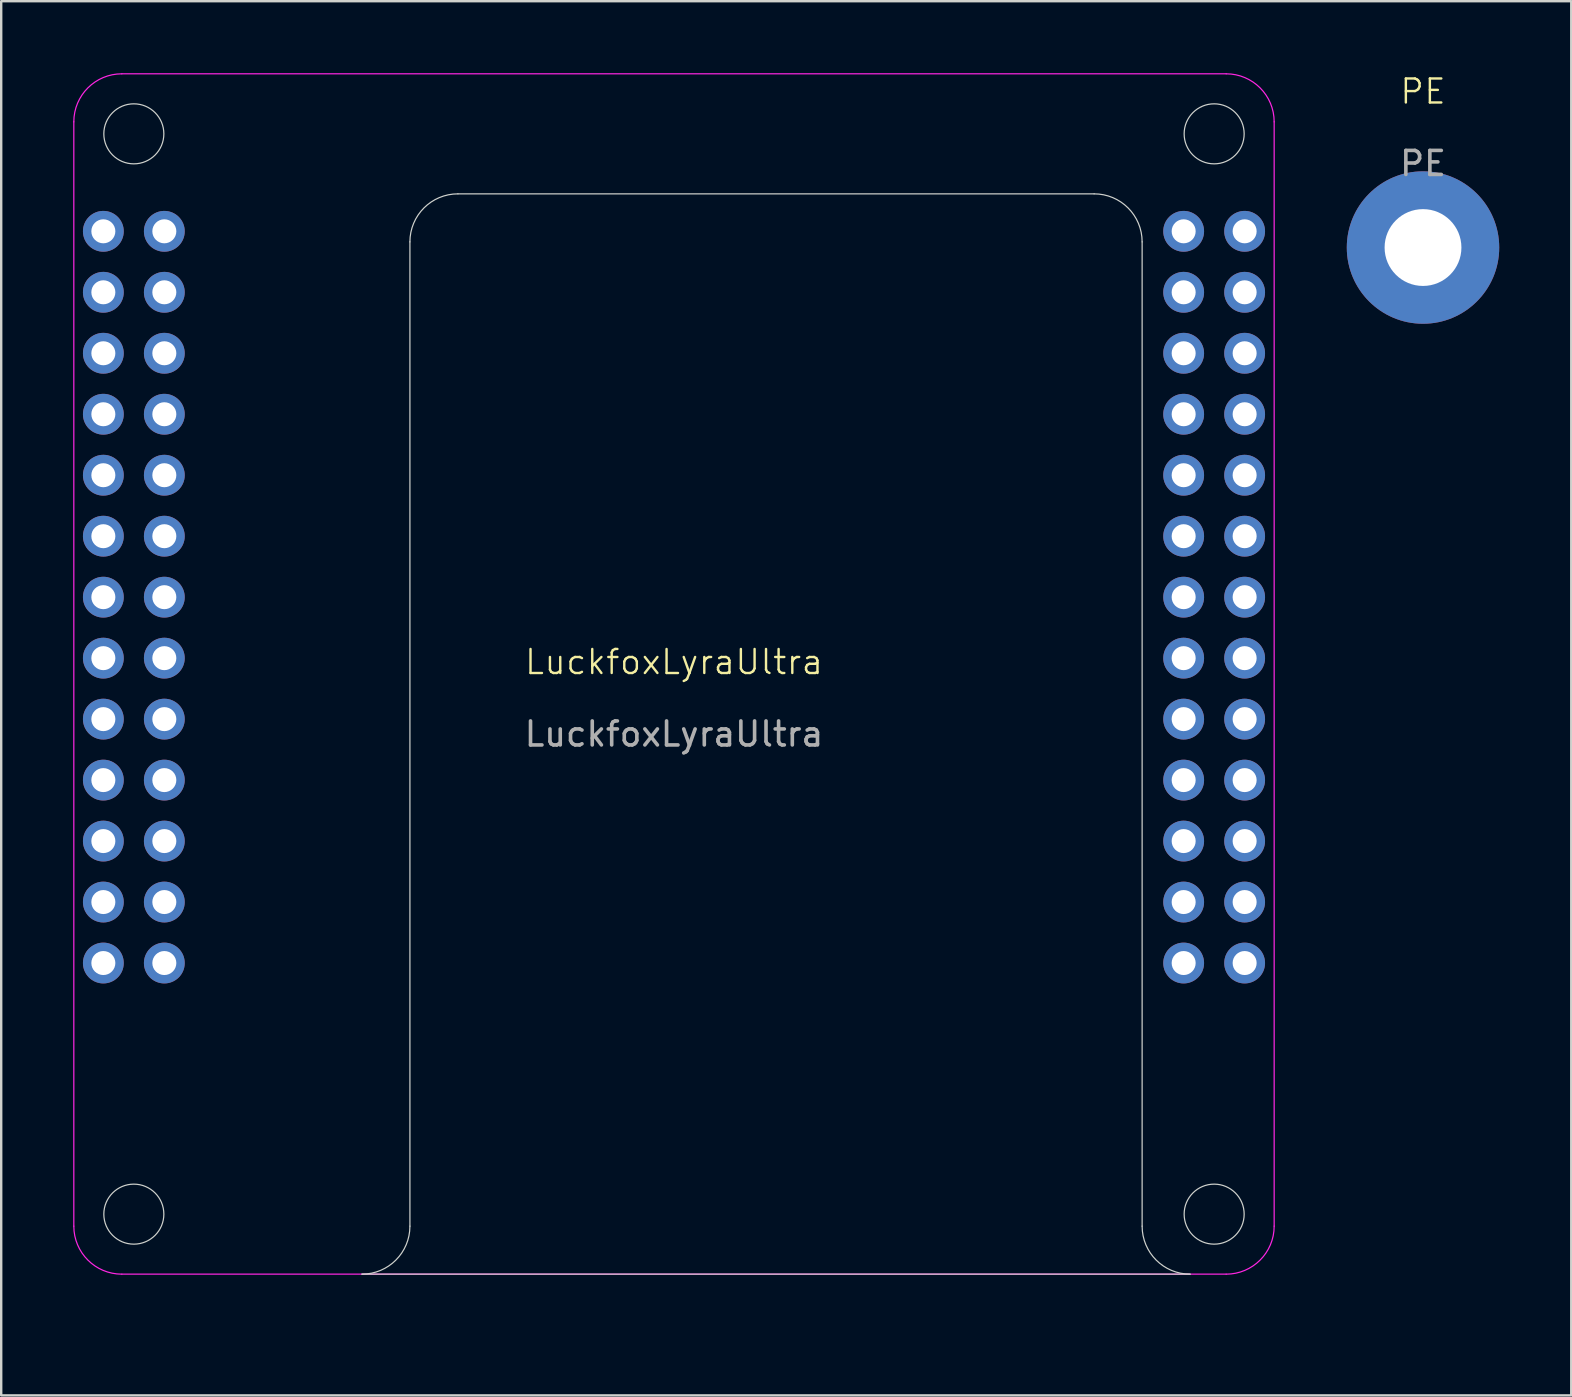
<source format=kicad_pcb>
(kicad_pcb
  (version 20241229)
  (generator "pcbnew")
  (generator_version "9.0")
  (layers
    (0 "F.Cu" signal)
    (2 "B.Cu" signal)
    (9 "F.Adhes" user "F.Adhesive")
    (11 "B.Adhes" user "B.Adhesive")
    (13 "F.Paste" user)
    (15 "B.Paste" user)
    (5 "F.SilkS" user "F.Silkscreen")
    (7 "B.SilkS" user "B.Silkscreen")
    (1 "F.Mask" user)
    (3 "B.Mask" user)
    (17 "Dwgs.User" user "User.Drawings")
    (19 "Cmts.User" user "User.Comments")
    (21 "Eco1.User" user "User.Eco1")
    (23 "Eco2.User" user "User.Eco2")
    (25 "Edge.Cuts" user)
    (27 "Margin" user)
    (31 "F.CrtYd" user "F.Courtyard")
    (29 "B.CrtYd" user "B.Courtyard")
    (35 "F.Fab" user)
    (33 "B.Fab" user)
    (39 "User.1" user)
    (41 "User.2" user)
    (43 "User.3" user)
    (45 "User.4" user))
  (footprint "PE"
    (layer "F.Cu")
    (at 56.225 7.261)
    (property "Reference" "PE" (at 0 -6.5 0) (unlocked yes) (layer "F.SilkS") (effects (font (size 1 1) (thickness 0.1))))
    (attr smd)
    (fp_text user "${REFERENCE}" (at 0 -3.5 0) (unlocked yes) (layer "F.Fab") (effects (font (size 1 1) (thickness 0.15))))
    (pad "1" thru_hole oval (at 0 0) (size 6.35 6.35) (drill 3.2) (layers "*.Cu" "*.Mask")))
  (footprint "LuckfoxLyraUltra"
    (layer "F.Cu")
    (at 25.025 50.025)
    (property "Reference" "LuckfoxLyraUltra" (at 0 -25.5 0) (unlocked yes) (layer "F.SilkS") (effects (font (size 1 1) (thickness 0.1))))
    (attr smd)
    (fp_line (start -11 -43) (end -11 -2) (stroke (width 0.05) (type default)) (layer "Edge.Cuts"))
    (fp_line (start 17.5 -45) (end -9 -45) (stroke (width 0.05) (type default)) (layer "Edge.Cuts"))
    (fp_line (start 19.5 -2) (end 19.5 -43) (stroke (width 0.05) (type default)) (layer "Edge.Cuts"))
    (fp_line (start 21.5 0) (end -13 0) (stroke (width 0.05) (type default)) (layer "Edge.Cuts"))
    (fp_arc (start -11 -43) (mid -10.414214 -44.414214) (end -9 -45) (stroke (width 0.05) (type default)) (layer "Edge.Cuts"))
    (fp_arc (start -11 -2) (mid -11.585786 -0.585786) (end -13 0) (stroke (width 0.05) (type default)) (layer "Edge.Cuts"))
    (fp_arc (start 17.5 -45) (mid 18.914214 -44.414214) (end 19.5 -43) (stroke (width 0.05) (type default)) (layer "Edge.Cuts"))
    (fp_arc (start 21.5 0) (mid 20.085786 -0.585786) (end 19.5 -2) (stroke (width 0.05) (type default)) (layer "Edge.Cuts"))
    (fp_circle (center -22.5 -47.5) (end -21.25 -47.5) (stroke (width 0.05) (type default)) (fill no) (layer "Edge.Cuts"))
    (fp_circle (center -22.5 -2.5) (end -21.25 -2.5) (stroke (width 0.05) (type default)) (fill no) (layer "Edge.Cuts"))
    (fp_circle (center 22.5 -47.5) (end 23.75 -47.5) (stroke (width 0.05) (type default)) (fill no) (layer "Edge.Cuts"))
    (fp_circle (center 22.5 -2.5) (end 23.75 -2.5) (stroke (width 0.05) (type default)) (fill no) (layer "Edge.Cuts"))
    (fp_line (start -25 -2) (end -25 -48) (stroke (width 0.05) (type solid)) (layer "F.CrtYd"))
    (fp_line (start -23 -50) (end 23 -50) (stroke (width 0.05) (type solid)) (layer "F.CrtYd"))
    (fp_line (start 23 0) (end -23 0) (stroke (width 0.05) (type solid)) (layer "F.CrtYd"))
    (fp_line (start 25 -48) (end 25 -2) (stroke (width 0.05) (type solid)) (layer "F.CrtYd"))
    (fp_arc (start -25 -48) (mid -24.414214 -49.414214) (end -23 -50) (stroke (width 0.05) (type default)) (layer "F.CrtYd"))
    (fp_arc (start -23 0) (mid -24.414214 -0.585786) (end -25 -2) (stroke (width 0.05) (type default)) (layer "F.CrtYd"))
    (fp_arc (start 23 -50) (mid 24.414214 -49.414214) (end 25 -48) (stroke (width 0.05) (type default)) (layer "F.CrtYd"))
    (fp_arc (start 25 -2) (mid 24.414214 -0.585786) (end 23 0) (stroke (width 0.05) (type default)) (layer "F.CrtYd"))
    (fp_line (start -2 0) (end 2 0) (stroke (width 0.1) (type default)) (layer "User.1"))
    (fp_line (start 0 -2) (end 0 2) (stroke (width 0.1) (type default)) (layer "User.1"))
    (fp_text user "${REFERENCE}" (at 0 -22.5 0) (unlocked yes) (layer "F.Fab") (effects (font (size 1 1) (thickness 0.15))))
    (pad "00" thru_hole circle (at 23.77 -43.44) (size 1.7 1.7) (drill 1) (layers "*.Cu" "*.Mask"))
    (pad "0A" thru_hole circle (at 23.77 -18.04) (size 1.7 1.7) (drill 1) (layers "*.Cu" "*.Mask"))
    (pad "0B" thru_hole circle (at 23.77 -15.5) (size 1.7 1.7) (drill 1) (layers "*.Cu" "*.Mask"))
    (pad "0C" thru_hole circle (at 23.77 -12.96) (size 1.7 1.7) (drill 1) (layers "*.Cu" "*.Mask"))
    (pad "01" thru_hole circle (at 23.77 -40.9) (size 1.7 1.7) (drill 1) (layers "*.Cu" "*.Mask"))
    (pad "1A" thru_hole circle (at 21.23 -18.04) (size 1.7 1.7) (drill 1) (layers "*.Cu" "*.Mask"))
    (pad "1B" thru_hole circle (at 21.23 -15.5) (size 1.7 1.7) (drill 1) (layers "*.Cu" "*.Mask"))
    (pad "1C" thru_hole circle (at 21.23 -12.96) (size 1.7 1.7) (drill 1) (layers "*.Cu" "*.Mask"))
    (pad "02" thru_hole circle (at 23.77 -38.36) (size 1.7 1.7) (drill 1) (layers "*.Cu" "*.Mask"))
    (pad "2A" thru_hole circle (at -21.23 -18.04) (size 1.7 1.7) (drill 1) (layers "*.Cu" "*.Mask"))
    (pad "2B" thru_hole circle (at -21.23 -15.5) (size 1.7 1.7) (drill 1) (layers "*.Cu" "*.Mask"))
    (pad "2C" thru_hole circle (at -21.23 -12.96) (size 1.7 1.7) (drill 1) (layers "*.Cu" "*.Mask"))
    (pad "03" thru_hole circle (at 23.77 -35.82) (size 1.7 1.7) (drill 1) (layers "*.Cu" "*.Mask"))
    (pad "3A" thru_hole circle (at -23.77 -18.04) (size 1.7 1.7) (drill 1) (layers "*.Cu" "*.Mask"))
    (pad "3B" thru_hole circle (at -23.77 -15.5) (size 1.7 1.7) (drill 1) (layers "*.Cu" "*.Mask"))
    (pad "3C" thru_hole circle (at -23.77 -12.96) (size 1.7 1.7) (drill 1) (layers "*.Cu" "*.Mask"))
    (pad "04" thru_hole circle (at 23.77 -33.28) (size 1.7 1.7) (drill 1) (layers "*.Cu" "*.Mask"))
    (pad "05" thru_hole circle (at 23.77 -30.74) (size 1.7 1.7) (drill 1) (layers "*.Cu" "*.Mask"))
    (pad "06" thru_hole circle (at 23.77 -28.2) (size 1.7 1.7) (drill 1) (layers "*.Cu" "*.Mask"))
    (pad "07" thru_hole circle (at 23.77 -25.66) (size 1.7 1.7) (drill 1) (layers "*.Cu" "*.Mask"))
    (pad "08" thru_hole circle (at 23.77 -23.12) (size 1.7 1.7) (drill 1) (layers "*.Cu" "*.Mask"))
    (pad "09" thru_hole circle (at 23.77 -20.58) (size 1.7 1.7) (drill 1) (layers "*.Cu" "*.Mask"))
    (pad "10" thru_hole circle (at 21.23 -43.44) (size 1.7 1.7) (drill 1) (layers "*.Cu" "*.Mask"))
    (pad "11" thru_hole circle (at 21.23 -40.9) (size 1.7 1.7) (drill 1) (layers "*.Cu" "*.Mask"))
    (pad "12" thru_hole circle (at 21.23 -38.36) (size 1.7 1.7) (drill 1) (layers "*.Cu" "*.Mask"))
    (pad "13" thru_hole circle (at 21.23 -35.82) (size 1.7 1.7) (drill 1) (layers "*.Cu" "*.Mask"))
    (pad "14" thru_hole circle (at 21.23 -33.28) (size 1.7 1.7) (drill 1) (layers "*.Cu" "*.Mask"))
    (pad "15" thru_hole circle (at 21.23 -30.74) (size 1.7 1.7) (drill 1) (layers "*.Cu" "*.Mask"))
    (pad "16" thru_hole circle (at 21.23 -28.2) (size 1.7 1.7) (drill 1) (layers "*.Cu" "*.Mask"))
    (pad "17" thru_hole circle (at 21.23 -25.66) (size 1.7 1.7) (drill 1) (layers "*.Cu" "*.Mask"))
    (pad "18" thru_hole circle (at 21.23 -23.12) (size 1.7 1.7) (drill 1) (layers "*.Cu" "*.Mask"))
    (pad "19" thru_hole circle (at 21.23 -20.58) (size 1.7 1.7) (drill 1) (layers "*.Cu" "*.Mask"))
    (pad "20" thru_hole circle (at -21.23 -43.44) (size 1.7 1.7) (drill 1) (layers "*.Cu" "*.Mask"))
    (pad "21" thru_hole circle (at -21.23 -40.9) (size 1.7 1.7) (drill 1) (layers "*.Cu" "*.Mask"))
    (pad "22" thru_hole circle (at -21.23 -38.36) (size 1.7 1.7) (drill 1) (layers "*.Cu" "*.Mask"))
    (pad "23" thru_hole circle (at -21.23 -35.82) (size 1.7 1.7) (drill 1) (layers "*.Cu" "*.Mask"))
    (pad "24" thru_hole circle (at -21.23 -33.28) (size 1.7 1.7) (drill 1) (layers "*.Cu" "*.Mask"))
    (pad "25" thru_hole circle (at -21.23 -30.74) (size 1.7 1.7) (drill 1) (layers "*.Cu" "*.Mask"))
    (pad "26" thru_hole circle (at -21.23 -28.2) (size 1.7 1.7) (drill 1) (layers "*.Cu" "*.Mask"))
    (pad "27" thru_hole circle (at -21.23 -25.66) (size 1.7 1.7) (drill 1) (layers "*.Cu" "*.Mask"))
    (pad "28" thru_hole circle (at -21.23 -23.12) (size 1.7 1.7) (drill 1) (layers "*.Cu" "*.Mask"))
    (pad "29" thru_hole circle (at -21.23 -20.58) (size 1.7 1.7) (drill 1) (layers "*.Cu" "*.Mask"))
    (pad "30" thru_hole circle (at -23.77 -43.44) (size 1.7 1.7) (drill 1) (layers "*.Cu" "*.Mask"))
    (pad "31" thru_hole circle (at -23.77 -40.9) (size 1.7 1.7) (drill 1) (layers "*.Cu" "*.Mask"))
    (pad "32" thru_hole circle (at -23.77 -38.36) (size 1.7 1.7) (drill 1) (layers "*.Cu" "*.Mask"))
    (pad "33" thru_hole circle (at -23.77 -35.82) (size 1.7 1.7) (drill 1) (layers "*.Cu" "*.Mask"))
    (pad "34" thru_hole circle (at -23.77 -33.28) (size 1.7 1.7) (drill 1) (layers "*.Cu" "*.Mask"))
    (pad "35" thru_hole circle (at -23.77 -30.74) (size 1.7 1.7) (drill 1) (layers "*.Cu" "*.Mask"))
    (pad "36" thru_hole circle (at -23.77 -28.2) (size 1.7 1.7) (drill 1) (layers "*.Cu" "*.Mask"))
    (pad "37" thru_hole circle (at -23.77 -25.66) (size 1.7 1.7) (drill 1) (layers "*.Cu" "*.Mask"))
    (pad "38" thru_hole circle (at -23.77 -23.12) (size 1.7 1.7) (drill 1) (layers "*.Cu" "*.Mask"))
    (pad "39" thru_hole circle (at -23.77 -20.58) (size 1.7 1.7) (drill oval 1) (layers "*.Cu" "*.Mask")))
  (gr_rect
    (start -3 -3)
    (end 62.4 55.075)
    (stroke (width 0.1) (type default))
    (fill no)
    (layer "Edge.Cuts")))
</source>
